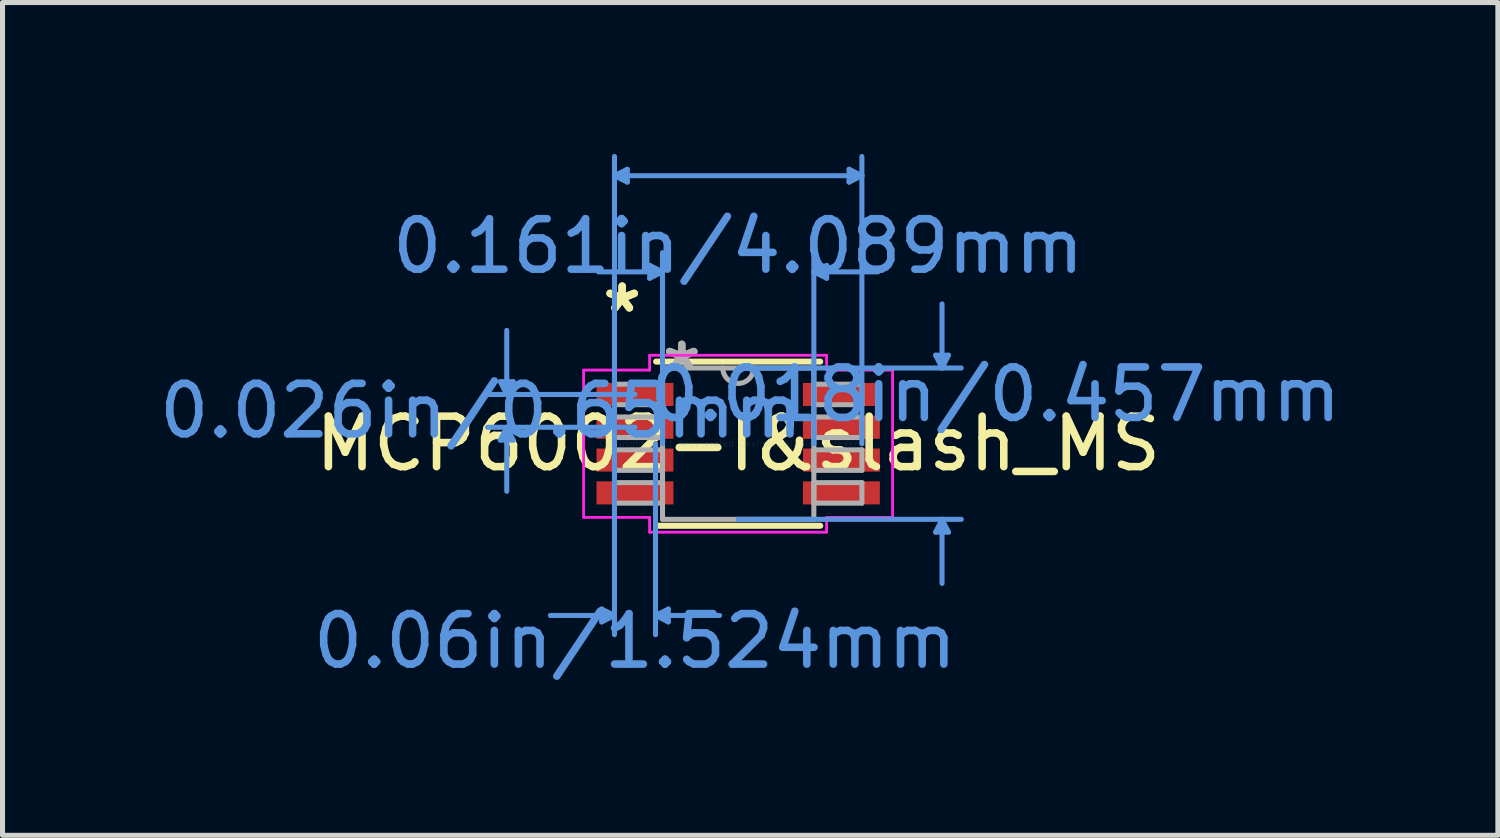
<source format=kicad_pcb>
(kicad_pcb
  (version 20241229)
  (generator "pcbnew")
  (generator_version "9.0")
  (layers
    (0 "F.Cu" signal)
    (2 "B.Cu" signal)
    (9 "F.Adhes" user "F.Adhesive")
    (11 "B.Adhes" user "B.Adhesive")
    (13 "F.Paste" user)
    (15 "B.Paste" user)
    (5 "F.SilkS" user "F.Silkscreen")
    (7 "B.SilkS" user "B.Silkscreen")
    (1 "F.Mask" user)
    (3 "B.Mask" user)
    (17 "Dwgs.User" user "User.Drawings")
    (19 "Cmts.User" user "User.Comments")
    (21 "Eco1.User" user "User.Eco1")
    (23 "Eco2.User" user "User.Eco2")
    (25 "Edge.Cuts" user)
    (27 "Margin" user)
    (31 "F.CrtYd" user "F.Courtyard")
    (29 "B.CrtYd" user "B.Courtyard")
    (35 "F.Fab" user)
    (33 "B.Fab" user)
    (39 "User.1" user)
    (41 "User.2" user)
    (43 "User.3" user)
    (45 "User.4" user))
  (footprint "MCP6002-I&slash_MS"
    (layer "F.Cu")
    (at 11.575 5.74)
    (property "Reference" "MCP6002-I&slash_MS" (at 0 0 0) (layer "F.SilkS") (effects (font (size 1 1) (thickness 0.15))))
    (attr through_hole)
    (fp_line (start -1.626 1.626) (end 1.626 1.626) (stroke (width 0.12) (type solid)) (layer "F.SilkS"))
    (fp_line (start 1.626 -1.626) (end -1.626 -1.626) (stroke (width 0.12) (type solid)) (layer "F.SilkS"))
    (fp_line (start -4.712 -1.229) (end -4.458 -1.229) (stroke (width 0.1) (type solid)) (layer "Cmts.User"))
    (fp_line (start -4.712 -0.071) (end -4.458 -0.071) (stroke (width 0.1) (type solid)) (layer "Cmts.User"))
    (fp_line (start -4.585 -0.975) (end -4.712 -1.229) (stroke (width 0.1) (type solid)) (layer "Cmts.User"))
    (fp_line (start -4.585 -0.975) (end -4.585 -2.245) (stroke (width 0.1) (type solid)) (layer "Cmts.User"))
    (fp_line (start -4.585 -0.975) (end -4.458 -1.229) (stroke (width 0.1) (type solid)) (layer "Cmts.User"))
    (fp_line (start -4.585 -0.325) (end -4.712 -0.071) (stroke (width 0.1) (type solid)) (layer "Cmts.User"))
    (fp_line (start -4.585 -0.325) (end -4.585 0.945) (stroke (width 0.1) (type solid)) (layer "Cmts.User"))
    (fp_line (start -4.585 -0.325) (end -4.458 -0.071) (stroke (width 0.1) (type solid)) (layer "Cmts.User"))
    (fp_line (start -2.705 3.277) (end -2.705 3.531) (stroke (width 0.1) (type solid)) (layer "Cmts.User"))
    (fp_line (start -2.451 -5.309) (end -2.197 -5.436) (stroke (width 0.1) (type solid)) (layer "Cmts.User"))
    (fp_line (start -2.451 -5.309) (end -2.197 -5.182) (stroke (width 0.1) (type solid)) (layer "Cmts.User"))
    (fp_line (start -2.451 -5.309) (end 2.451 -5.309) (stroke (width 0.1) (type solid)) (layer "Cmts.User"))
    (fp_line (start -2.451 0) (end -2.451 -5.69) (stroke (width 0.1) (type solid)) (layer "Cmts.User"))
    (fp_line (start -2.451 0) (end -2.451 3.785) (stroke (width 0.1) (type solid)) (layer "Cmts.User"))
    (fp_line (start -2.451 3.404) (end -3.721 3.404) (stroke (width 0.1) (type solid)) (layer "Cmts.User"))
    (fp_line (start -2.451 3.404) (end -2.705 3.277) (stroke (width 0.1) (type solid)) (layer "Cmts.User"))
    (fp_line (start -2.451 3.404) (end -2.705 3.531) (stroke (width 0.1) (type solid)) (layer "Cmts.User"))
    (fp_line (start -2.197 -5.436) (end -2.197 -5.182) (stroke (width 0.1) (type solid)) (layer "Cmts.User"))
    (fp_line (start -2.045 -0.975) (end -4.966 -0.975) (stroke (width 0.1) (type solid)) (layer "Cmts.User"))
    (fp_line (start -2.045 -0.325) (end -4.966 -0.325) (stroke (width 0.1) (type solid)) (layer "Cmts.User"))
    (fp_line (start -1.753 -3.531) (end -1.753 -3.277) (stroke (width 0.1) (type solid)) (layer "Cmts.User"))
    (fp_line (start -1.638 0) (end -1.638 3.785) (stroke (width 0.1) (type solid)) (layer "Cmts.User"))
    (fp_line (start -1.638 3.404) (end -1.384 3.277) (stroke (width 0.1) (type solid)) (layer "Cmts.User"))
    (fp_line (start -1.638 3.404) (end -1.384 3.531) (stroke (width 0.1) (type solid)) (layer "Cmts.User"))
    (fp_line (start -1.638 3.404) (end -0.368 3.404) (stroke (width 0.1) (type solid)) (layer "Cmts.User"))
    (fp_line (start -1.499 -3.404) (end -2.769 -3.404) (stroke (width 0.1) (type solid)) (layer "Cmts.User"))
    (fp_line (start -1.499 -3.404) (end -1.753 -3.531) (stroke (width 0.1) (type solid)) (layer "Cmts.User"))
    (fp_line (start -1.499 -3.404) (end -1.753 -3.277) (stroke (width 0.1) (type solid)) (layer "Cmts.User"))
    (fp_line (start -1.499 0) (end -1.499 -3.785) (stroke (width 0.1) (type solid)) (layer "Cmts.User"))
    (fp_line (start -1.384 3.277) (end -1.384 3.531) (stroke (width 0.1) (type solid)) (layer "Cmts.User"))
    (fp_line (start 0 -1.499) (end 4.42 -1.499) (stroke (width 0.1) (type solid)) (layer "Cmts.User"))
    (fp_line (start 0 1.499) (end 4.42 1.499) (stroke (width 0.1) (type solid)) (layer "Cmts.User"))
    (fp_line (start 1.499 -3.404) (end 1.753 -3.531) (stroke (width 0.1) (type solid)) (layer "Cmts.User"))
    (fp_line (start 1.499 -3.404) (end 1.753 -3.277) (stroke (width 0.1) (type solid)) (layer "Cmts.User"))
    (fp_line (start 1.499 -3.404) (end 2.769 -3.404) (stroke (width 0.1) (type solid)) (layer "Cmts.User"))
    (fp_line (start 1.499 0) (end 1.499 -3.785) (stroke (width 0.1) (type solid)) (layer "Cmts.User"))
    (fp_line (start 1.753 -3.531) (end 1.753 -3.277) (stroke (width 0.1) (type solid)) (layer "Cmts.User"))
    (fp_line (start 2.197 -5.436) (end 2.197 -5.182) (stroke (width 0.1) (type solid)) (layer "Cmts.User"))
    (fp_line (start 2.451 -5.309) (end 2.197 -5.436) (stroke (width 0.1) (type solid)) (layer "Cmts.User"))
    (fp_line (start 2.451 -5.309) (end 2.197 -5.182) (stroke (width 0.1) (type solid)) (layer "Cmts.User"))
    (fp_line (start 2.451 0) (end 2.451 -5.69) (stroke (width 0.1) (type solid)) (layer "Cmts.User"))
    (fp_line (start 3.912 -1.753) (end 4.166 -1.753) (stroke (width 0.1) (type solid)) (layer "Cmts.User"))
    (fp_line (start 3.912 1.753) (end 4.166 1.753) (stroke (width 0.1) (type solid)) (layer "Cmts.User"))
    (fp_line (start 4.039 -1.499) (end 3.912 -1.753) (stroke (width 0.1) (type solid)) (layer "Cmts.User"))
    (fp_line (start 4.039 -1.499) (end 4.039 -2.769) (stroke (width 0.1) (type solid)) (layer "Cmts.User"))
    (fp_line (start 4.039 -1.499) (end 4.166 -1.753) (stroke (width 0.1) (type solid)) (layer "Cmts.User"))
    (fp_line (start 4.039 1.499) (end 3.912 1.753) (stroke (width 0.1) (type solid)) (layer "Cmts.User"))
    (fp_line (start 4.039 1.499) (end 4.039 2.769) (stroke (width 0.1) (type solid)) (layer "Cmts.User"))
    (fp_line (start 4.039 1.499) (end 4.166 1.753) (stroke (width 0.1) (type solid)) (layer "Cmts.User"))
    (fp_line (start -3.061 -1.458) (end -1.753 -1.458) (stroke (width 0.05) (type solid)) (layer "F.CrtYd"))
    (fp_line (start -3.061 -1.458) (end -1.753 -1.458) (stroke (width 0.05) (type solid)) (layer "F.CrtYd"))
    (fp_line (start -3.061 1.458) (end -3.061 -1.458) (stroke (width 0.05) (type solid)) (layer "F.CrtYd"))
    (fp_line (start -3.061 1.458) (end -3.061 -1.458) (stroke (width 0.05) (type solid)) (layer "F.CrtYd"))
    (fp_line (start -3.061 1.458) (end -1.753 1.458) (stroke (width 0.05) (type solid)) (layer "F.CrtYd"))
    (fp_line (start -1.753 -1.753) (end 1.753 -1.753) (stroke (width 0.05) (type solid)) (layer "F.CrtYd"))
    (fp_line (start -1.753 -1.753) (end 1.753 -1.753) (stroke (width 0.05) (type solid)) (layer "F.CrtYd"))
    (fp_line (start -1.753 -1.458) (end -1.753 -1.753) (stroke (width 0.05) (type solid)) (layer "F.CrtYd"))
    (fp_line (start -1.753 -1.458) (end -1.753 -1.753) (stroke (width 0.05) (type solid)) (layer "F.CrtYd"))
    (fp_line (start -1.753 1.458) (end -3.061 1.458) (stroke (width 0.05) (type solid)) (layer "F.CrtYd"))
    (fp_line (start -1.753 1.753) (end -1.753 1.458) (stroke (width 0.05) (type solid)) (layer "F.CrtYd"))
    (fp_line (start -1.753 1.753) (end -1.753 1.458) (stroke (width 0.05) (type solid)) (layer "F.CrtYd"))
    (fp_line (start 1.753 -1.753) (end 1.753 -1.458) (stroke (width 0.05) (type solid)) (layer "F.CrtYd"))
    (fp_line (start 1.753 -1.753) (end 1.753 -1.458) (stroke (width 0.05) (type solid)) (layer "F.CrtYd"))
    (fp_line (start 1.753 -1.458) (end 3.061 -1.458) (stroke (width 0.05) (type solid)) (layer "F.CrtYd"))
    (fp_line (start 1.753 1.458) (end 1.753 1.753) (stroke (width 0.05) (type solid)) (layer "F.CrtYd"))
    (fp_line (start 1.753 1.458) (end 1.753 1.753) (stroke (width 0.05) (type solid)) (layer "F.CrtYd"))
    (fp_line (start 1.753 1.753) (end -1.753 1.753) (stroke (width 0.05) (type solid)) (layer "F.CrtYd"))
    (fp_line (start 1.753 1.753) (end -1.753 1.753) (stroke (width 0.05) (type solid)) (layer "F.CrtYd"))
    (fp_line (start 3.061 -1.458) (end 1.753 -1.458) (stroke (width 0.05) (type solid)) (layer "F.CrtYd"))
    (fp_line (start 3.061 -1.458) (end 3.061 1.458) (stroke (width 0.05) (type solid)) (layer "F.CrtYd"))
    (fp_line (start 3.061 -1.458) (end 3.061 1.458) (stroke (width 0.05) (type solid)) (layer "F.CrtYd"))
    (fp_line (start 3.061 1.458) (end 1.753 1.458) (stroke (width 0.05) (type solid)) (layer "F.CrtYd"))
    (fp_line (start 3.061 1.458) (end 1.753 1.458) (stroke (width 0.05) (type solid)) (layer "F.CrtYd"))
    (fp_line (start -2.451 -1.178) (end -2.451 -0.772) (stroke (width 0.1) (type solid)) (layer "F.Fab"))
    (fp_line (start -2.451 -0.772) (end -1.499 -0.772) (stroke (width 0.1) (type solid)) (layer "F.Fab"))
    (fp_line (start -2.451 -0.528) (end -2.451 -0.122) (stroke (width 0.1) (type solid)) (layer "F.Fab"))
    (fp_line (start -2.451 -0.122) (end -1.499 -0.122) (stroke (width 0.1) (type solid)) (layer "F.Fab"))
    (fp_line (start -2.451 0.122) (end -2.451 0.528) (stroke (width 0.1) (type solid)) (layer "F.Fab"))
    (fp_line (start -2.451 0.528) (end -1.499 0.528) (stroke (width 0.1) (type solid)) (layer "F.Fab"))
    (fp_line (start -2.451 0.772) (end -2.451 1.178) (stroke (width 0.1) (type solid)) (layer "F.Fab"))
    (fp_line (start -2.451 1.178) (end -1.499 1.178) (stroke (width 0.1) (type solid)) (layer "F.Fab"))
    (fp_line (start -1.499 -1.499) (end -1.499 1.499) (stroke (width 0.1) (type solid)) (layer "F.Fab"))
    (fp_line (start -1.499 -1.178) (end -2.451 -1.178) (stroke (width 0.1) (type solid)) (layer "F.Fab"))
    (fp_line (start -1.499 -0.772) (end -1.499 -1.178) (stroke (width 0.1) (type solid)) (layer "F.Fab"))
    (fp_line (start -1.499 -0.528) (end -2.451 -0.528) (stroke (width 0.1) (type solid)) (layer "F.Fab"))
    (fp_line (start -1.499 -0.122) (end -1.499 -0.528) (stroke (width 0.1) (type solid)) (layer "F.Fab"))
    (fp_line (start -1.499 0.122) (end -2.451 0.122) (stroke (width 0.1) (type solid)) (layer "F.Fab"))
    (fp_line (start -1.499 0.528) (end -1.499 0.122) (stroke (width 0.1) (type solid)) (layer "F.Fab"))
    (fp_line (start -1.499 0.772) (end -2.451 0.772) (stroke (width 0.1) (type solid)) (layer "F.Fab"))
    (fp_line (start -1.499 1.178) (end -1.499 0.772) (stroke (width 0.1) (type solid)) (layer "F.Fab"))
    (fp_line (start -1.499 1.499) (end 1.499 1.499) (stroke (width 0.1) (type solid)) (layer "F.Fab"))
    (fp_line (start 1.499 -1.499) (end -1.499 -1.499) (stroke (width 0.1) (type solid)) (layer "F.Fab"))
    (fp_line (start 1.499 -1.178) (end 1.499 -0.772) (stroke (width 0.1) (type solid)) (layer "F.Fab"))
    (fp_line (start 1.499 -0.772) (end 2.451 -0.772) (stroke (width 0.1) (type solid)) (layer "F.Fab"))
    (fp_line (start 1.499 -0.528) (end 1.499 -0.122) (stroke (width 0.1) (type solid)) (layer "F.Fab"))
    (fp_line (start 1.499 -0.122) (end 2.451 -0.122) (stroke (width 0.1) (type solid)) (layer "F.Fab"))
    (fp_line (start 1.499 0.122) (end 1.499 0.528) (stroke (width 0.1) (type solid)) (layer "F.Fab"))
    (fp_line (start 1.499 0.528) (end 2.451 0.528) (stroke (width 0.1) (type solid)) (layer "F.Fab"))
    (fp_line (start 1.499 0.772) (end 1.499 1.178) (stroke (width 0.1) (type solid)) (layer "F.Fab"))
    (fp_line (start 1.499 1.178) (end 2.451 1.178) (stroke (width 0.1) (type solid)) (layer "F.Fab"))
    (fp_line (start 1.499 1.499) (end 1.499 -1.499) (stroke (width 0.1) (type solid)) (layer "F.Fab"))
    (fp_line (start 2.451 -1.178) (end 1.499 -1.178) (stroke (width 0.1) (type solid)) (layer "F.Fab"))
    (fp_line (start 2.451 -0.772) (end 2.451 -1.178) (stroke (width 0.1) (type solid)) (layer "F.Fab"))
    (fp_line (start 2.451 -0.528) (end 1.499 -0.528) (stroke (width 0.1) (type solid)) (layer "F.Fab"))
    (fp_line (start 2.451 -0.122) (end 2.451 -0.528) (stroke (width 0.1) (type solid)) (layer "F.Fab"))
    (fp_line (start 2.451 0.122) (end 1.499 0.122) (stroke (width 0.1) (type solid)) (layer "F.Fab"))
    (fp_line (start 2.451 0.528) (end 2.451 0.122) (stroke (width 0.1) (type solid)) (layer "F.Fab"))
    (fp_line (start 2.451 0.772) (end 1.499 0.772) (stroke (width 0.1) (type solid)) (layer "F.Fab"))
    (fp_line (start 2.451 1.178) (end 2.451 0.772) (stroke (width 0.1) (type solid)) (layer "F.Fab"))
    (fp_arc (start 0.3048 -1.4986) (mid 0 -1.1938) (end -0.3048 -1.4986) (stroke (width 0.1) (type solid)) (layer "F.Fab"))
    (fp_text user "*" (at -2.299 -2.575 0) (layer "F.SilkS") (effects (font (size 1 1) (thickness 0.15))))
    (fp_text user "*" (at -2.299 -2.575 0) (layer "F.SilkS") (effects (font (size 1 1) (thickness 0.15))))
    (fp_text user "0.161in/4.089mm" (at 0 -3.912 0) (layer "Cmts.User") (effects (font (size 1 1) (thickness 0.15))))
    (fp_text user "Copyright 2021 Accelerated Designs. All rights reserved." (at 0 0 0) (layer "Cmts.User") (effects (font (size 0.127 0.127) (thickness 0.002))))
    (fp_text user "0.018in/0.457mm" (at 5.093 -0.975 0) (layer "Cmts.User") (effects (font (size 1 1) (thickness 0.15))))
    (fp_text user "0.06in/1.524mm" (at -2.045 3.912 0) (layer "Cmts.User") (effects (font (size 1 1) (thickness 0.15))))
    (fp_text user "0.026in/0.65mm" (at -5.093 -0.65 0) (layer "Cmts.User") (effects (font (size 1 1) (thickness 0.15))))
    (fp_text user "*" (at -1.118 -1.422 0) (layer "F.Fab") (effects (font (size 1 1) (thickness 0.15))))
    (fp_text user "*" (at -1.118 -1.422 0) (layer "F.Fab") (effects (font (size 1 1) (thickness 0.15))))
    (pad "1" smd rect (at -2.045 -0.975) (size 1.524 0.457) (layers "F.Cu" "F.Mask" "F.Paste"))
    (pad "2" smd rect (at -2.045 -0.325) (size 1.524 0.457) (layers "F.Cu" "F.Mask" "F.Paste"))
    (pad "3" smd rect (at -2.045 0.325) (size 1.524 0.457) (layers "F.Cu" "F.Mask" "F.Paste"))
    (pad "4" smd rect (at -2.045 0.975) (size 1.524 0.457) (layers "F.Cu" "F.Mask" "F.Paste"))
    (pad "5" smd rect (at 2.045 0.975) (size 1.524 0.457) (layers "F.Cu" "F.Mask" "F.Paste"))
    (pad "6" smd rect (at 2.045 0.325) (size 1.524 0.457) (layers "F.Cu" "F.Mask" "F.Paste"))
    (pad "7" smd rect (at 2.045 -0.325) (size 1.524 0.457) (layers "F.Cu" "F.Mask" "F.Paste"))
    (pad "8" smd rect (at 2.045 -0.975) (size 1.524 0.457) (layers "F.Cu" "F.Mask" "F.Paste")))
  (gr_rect
    (start -3 -3)
    (end 26.626 13.499)
    (stroke (width 0.1) (type default))
    (fill no)
    (layer "Edge.Cuts")))
</source>
